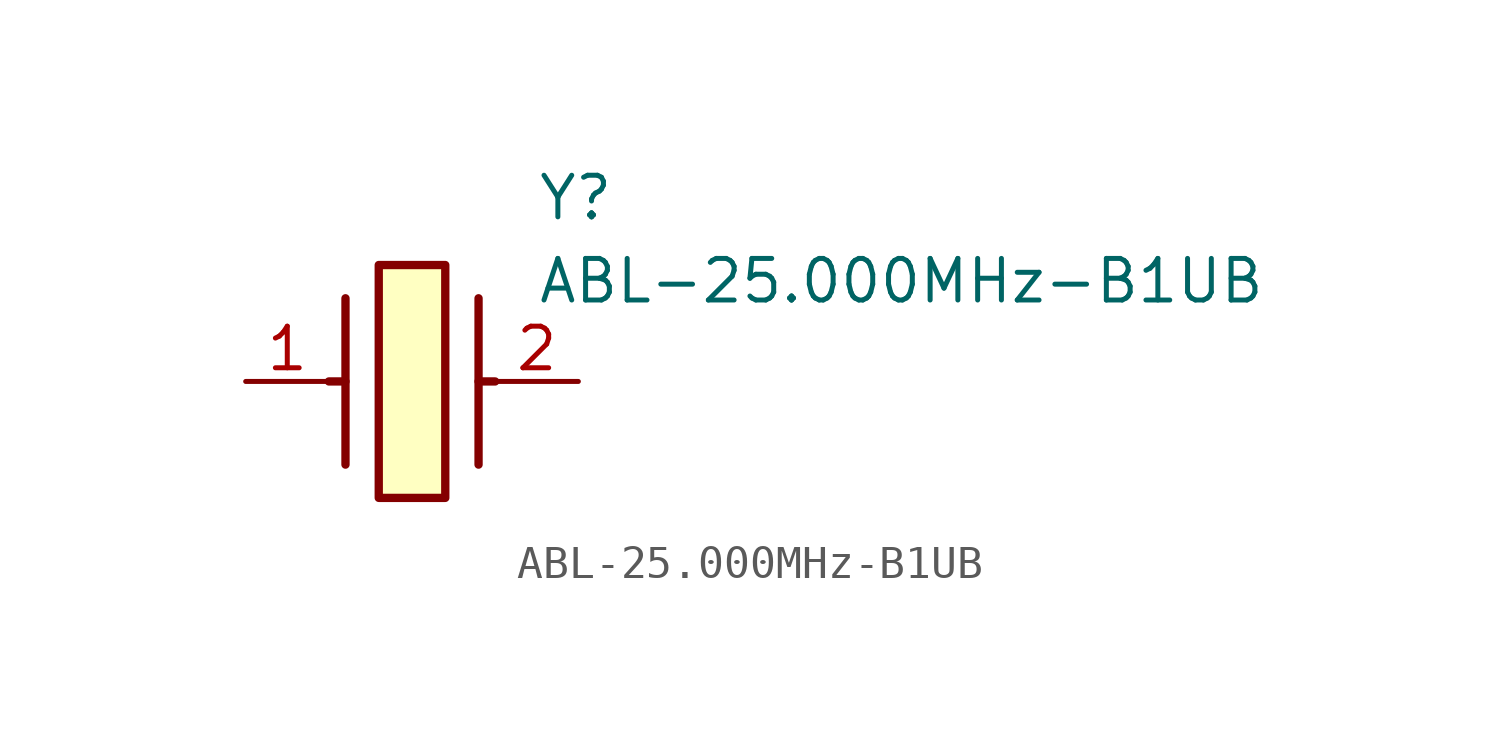
<source format=kicad_sym>
(kicad_symbol_lib
  (version 20211014)
  (generator SamacSys_ECAD_Model)
  (symbol "ABL-25.000MHz-B1UB"
    (pin_names hide)
    (property "Reference" "Y"
      (at 8.89 6.35 0)
      (effects (font (size 1.27 1.27)) (justify left top)))
    (property "Value" "ABL-25.000MHz-B1UB"
      (at 8.89 3.81 0)
      (effects (font (size 1.27 1.27)) (justify left top)))
    (rectangle
      (start 4.064 3.556)
      (end 6.096 -3.556)
      (stroke (width 0.254) (type default))
      (fill (type background)))
    (polyline
      (pts (xy 3.048 2.54) (xy 3.048 -2.54))
      (stroke (width 0.254) (type default))
      (fill (type none)))
    (polyline
      (pts (xy 7.112 2.54) (xy 7.112 -2.54))
      (stroke (width 0.254) (type default))
      (fill (type none)))
    (polyline
      (pts (xy 7.112 0) (xy 7.62 0))
      (stroke (width 0.254) (type default))
      (fill (type none)))
    (polyline
      (pts (xy 3.048 0) (xy 2.54 0))
      (stroke (width 0.254) (type default))
      (fill (type none)))
    (pin passive line
      (at 0 0 0)
      (length 2.54)
      (name "1" (effects (font (size 1.27 1.27))))
      (number "1" (effects (font (size 1.27 1.27)))))
    (pin passive line
      (at 10.16 0 180)
      (length 2.54)
      (name "2" (effects (font (size 1.27 1.27))))
      (number "2" (effects (font (size 1.27 1.27)))))))
</source>
